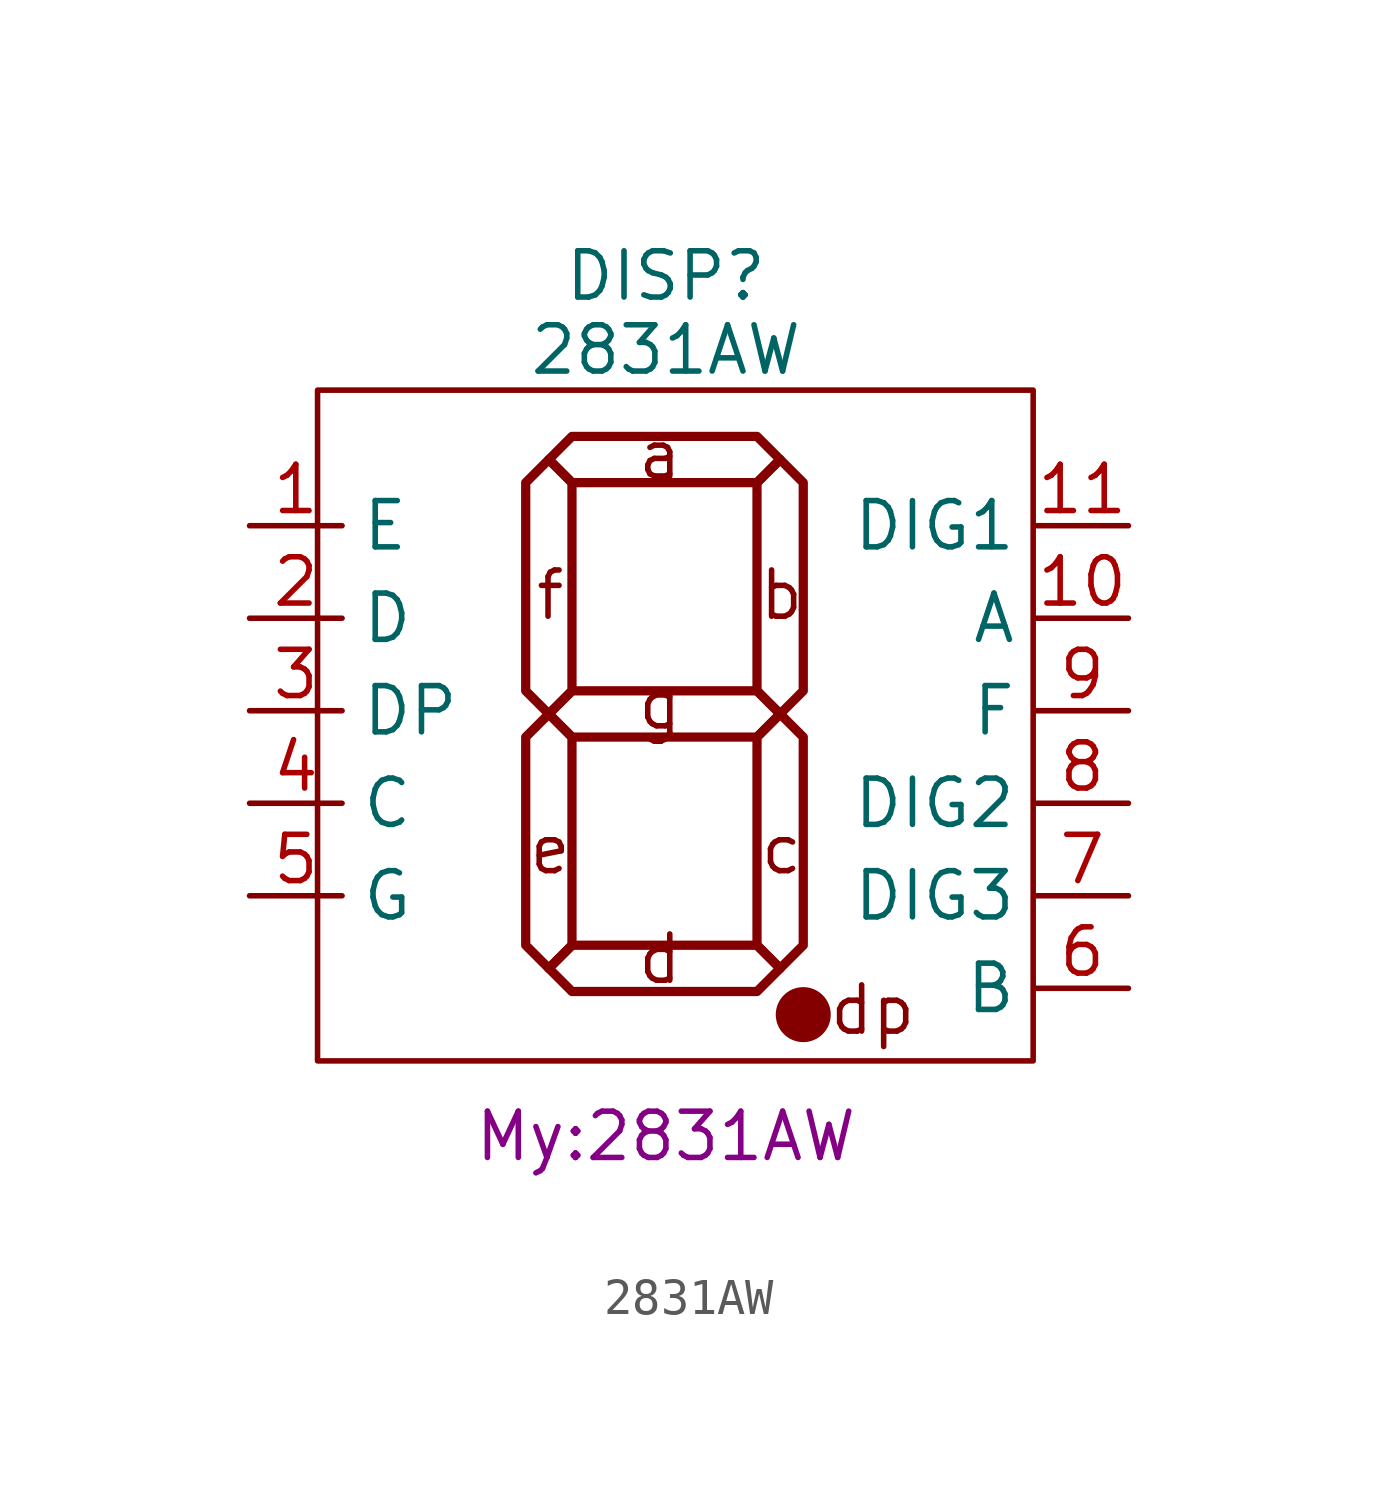
<source format=kicad_sym>
(kicad_symbol_lib
  (version 20231120)
  (generator "kicad_symbol_editor")
  (generator_version "8.0")
  (symbol "2831AW"
    (property "Reference" "DISP"
      (at 0 11.938 0)
      (effects (font (size 1.27 1.27))))
    (property "Value" "2831AW"
      (at 0 9.906 0)
      (effects (font (size 1.27 1.27))))
    (property "Footprint" "My:2831AW"
      (at 0 -11.684 0)
      (effects (font (size 1.27 1.27))))
    (symbol "2831AW_0_1"
      (rectangle (start -9.563 8.802) (end 10.084 -9.613) (stroke (width 0) (type default)) (fill (type none)))
      (polyline (pts (xy -3.213 -7.073) (xy -2.578 -6.438) (xy 2.502 -6.438) (xy 3.137 -7.073) (xy 2.502 -7.708) (xy -2.578 -7.708) (xy -3.213 -7.073)) (stroke (width 0.254) (type default)) (fill (type none)))
      (polyline (pts (xy -3.213 -0.088) (xy -3.848 -0.723) (xy -3.848 -6.438) (xy -3.213 -7.073) (xy -2.578 -6.438) (xy -2.578 -0.723) (xy -3.213 -0.088)) (stroke (width 0.254) (type default)) (fill (type none)))
      (polyline (pts (xy -3.213 -0.088) (xy -2.578 0.547) (xy 2.502 0.547) (xy 3.137 -0.088) (xy 2.502 -0.723) (xy -2.578 -0.723) (xy -3.213 -0.088)) (stroke (width 0.254) (type default)) (fill (type none)))
      (polyline (pts (xy -3.213 6.897) (xy -3.848 6.262) (xy -3.848 0.547) (xy -3.213 -0.088) (xy -2.578 0.547) (xy -2.578 6.262) (xy -3.213 6.897)) (stroke (width 0.254) (type default)) (fill (type none)))
      (polyline (pts (xy -3.213 6.897) (xy -2.578 7.532) (xy 2.502 7.532) (xy 3.137 6.897) (xy 2.502 6.262) (xy -2.578 6.262) (xy -3.213 6.897)) (stroke (width 0.254) (type default)) (fill (type none)))
      (polyline (pts (xy 3.137 -0.088) (xy 2.502 -0.723) (xy 2.502 -6.438) (xy 3.137 -7.073) (xy 3.772 -6.438) (xy 3.772 -0.723) (xy 3.137 -0.088)) (stroke (width 0.254) (type default)) (fill (type none)))
      (polyline (pts (xy 3.137 6.897) (xy 2.502 6.262) (xy 2.502 0.547) (xy 3.137 -0.088) (xy 3.772 0.547) (xy 3.772 6.262) (xy 3.137 6.897)) (stroke (width 0.254) (type default)) (fill (type none))))
    (symbol "2831AW_1_1"
      (circle (center 3.772 -8.343) (radius 0.679) (stroke (width 0) (type default)) (fill (type color) (color 132 0 0 1)))
      (text "a" (at -0.165 7.024 0) (effects (font (size 1.27 1.27))))
      (text "b" (at 3.175 3.175 0) (effects (font (size 1.27 1.27))))
      (text "c" (at 3.175 -3.81 0) (effects (font (size 1.27 1.27))))
      (text "d" (at -0.165 -6.819 0) (effects (font (size 1.27 1.27))))
      (text "dp" (at 5.677 -8.216 0) (effects (font (size 1.27 1.27))))
      (text "e" (at -3.175 -3.81 0) (effects (font (size 1.27 1.27))))
      (text "f\n" (at -3.175 3.175 0) (effects (font (size 1.27 1.27))))
      (text "g" (at -0.165 0.166 0) (effects (font (size 1.27 1.27))))
      (pin passive line (at -11.43 5.08 0) (length 2.54) (name "E" (effects (font (size 1.27 1.27)))) (number "1" (effects (font (size 1.27 1.27)))))
      (pin passive line (at 12.7 2.54 180) (length 2.54) (name "A" (effects (font (size 1.27 1.27)))) (number "10" (effects (font (size 1.27 1.27)))))
      (pin passive line (at 12.7 5.08 180) (length 2.54) (name "DIG1" (effects (font (size 1.27 1.27)))) (number "11" (effects (font (size 1.27 1.27)))))
      (pin passive line (at -11.43 2.54 0) (length 2.54) (name "D" (effects (font (size 1.27 1.27)))) (number "2" (effects (font (size 1.27 1.27)))))
      (pin passive line (at -11.43 0 0) (length 2.54) (name "DP" (effects (font (size 1.27 1.27)))) (number "3" (effects (font (size 1.27 1.27)))))
      (pin passive line (at -11.43 -2.54 0) (length 2.54) (name "C" (effects (font (size 1.27 1.27)))) (number "4" (effects (font (size 1.27 1.27)))))
      (pin passive line (at -11.43 -5.08 0) (length 2.54) (name "G" (effects (font (size 1.27 1.27)))) (number "5" (effects (font (size 1.27 1.27)))))
      (pin passive line (at 12.7 -7.62 180) (length 2.54) (name "B" (effects (font (size 1.27 1.27)))) (number "6" (effects (font (size 1.27 1.27)))))
      (pin passive line (at 12.7 -5.08 180) (length 2.54) (name "DIG3" (effects (font (size 1.27 1.27)))) (number "7" (effects (font (size 1.27 1.27)))))
      (pin passive line (at 12.7 -2.54 180) (length 2.54) (name "DIG2" (effects (font (size 1.27 1.27)))) (number "8" (effects (font (size 1.27 1.27)))))
      (pin passive line (at 12.7 0 180) (length 2.54) (name "F" (effects (font (size 1.27 1.27)))) (number "9" (effects (font (size 1.27 1.27))))))))
</source>
